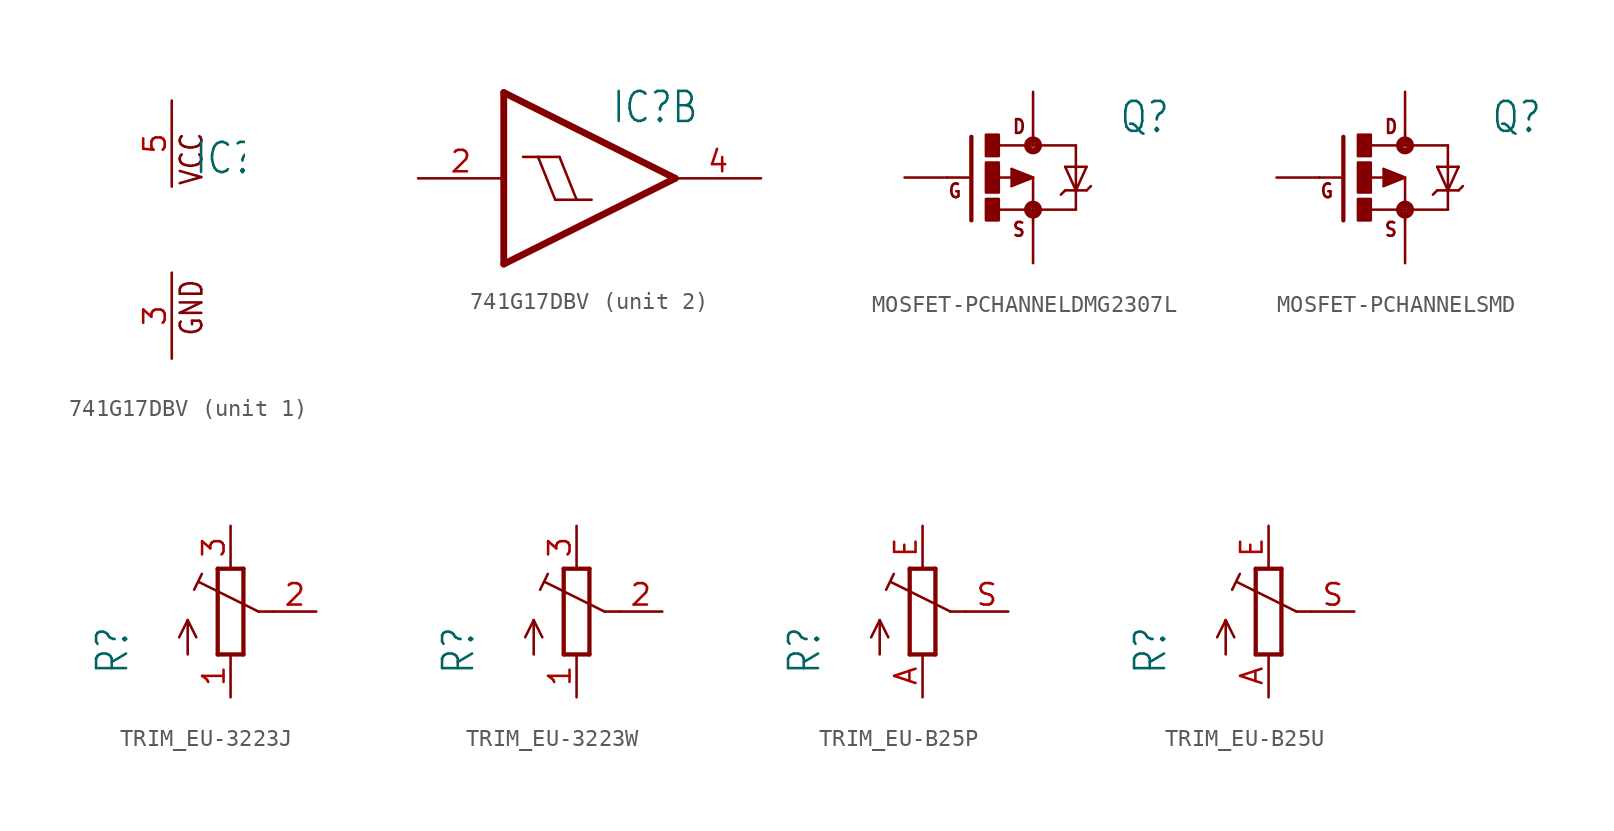
<source format=kicad_sym>
(kicad_symbol_lib
  (version 20231120)
  (generator "kicad_symbol_editor")
  (generator_version "8.0")
  (symbol "741G17DBV"
    (property "Reference" "IC"
      (at 1.27 3.175 0)
      (effects (font (size 1.778 1.511)) (justify left bottom)))
    (property "ki_locked" ""
      (at 0 0 0)
      (effects (font (size 1.27 1.27))))
    (symbol "741G17DBV_1_0"
      (text "GND" (at 1.905 -6.35 900) (effects (font (size 1.27 1.079)) (justify left bottom)))
      (text "VCC" (at 1.905 2.54 900) (effects (font (size 1.27 1.079)) (justify left bottom)))
      (pin power_in line (at 0 -7.62 90) (length 5.08) (name "GND" (effects (font (size 0 0)))) (number "3" (effects (font (size 1.27 1.27)))))
      (pin power_in line (at 0 7.62 270) (length 5.08) (name "VCC" (effects (font (size 0 0)))) (number "5" (effects (font (size 1.27 1.27))))))
    (symbol "741G17DBV_2_0"
      (polyline (pts (xy -5.08 -5.08) (xy -5.08 5.08)) (stroke (width 0.406) (type solid)) (fill (type none)))
      (polyline (pts (xy -5.08 5.08) (xy 5.08 0)) (stroke (width 0.406) (type solid)) (fill (type none)))
      (polyline (pts (xy -3.937 1.27) (xy -3.048 1.27)) (stroke (width 0.152) (type solid)) (fill (type none)))
      (polyline (pts (xy -3.048 1.27) (xy -1.778 1.27)) (stroke (width 0.152) (type solid)) (fill (type none)))
      (polyline (pts (xy -2.032 -1.27) (xy -3.048 1.27)) (stroke (width 0.152) (type solid)) (fill (type none)))
      (polyline (pts (xy -2.032 -1.27) (xy -0.762 -1.27)) (stroke (width 0.152) (type solid)) (fill (type none)))
      (polyline (pts (xy -0.762 -1.27) (xy -1.778 1.27)) (stroke (width 0.152) (type solid)) (fill (type none)))
      (polyline (pts (xy -0.762 -1.27) (xy 0.127 -1.27)) (stroke (width 0.152) (type solid)) (fill (type none)))
      (polyline (pts (xy 5.08 0) (xy -5.08 -5.08)) (stroke (width 0.406) (type solid)) (fill (type none)))
      (pin input line (at -10.16 0 0) (length 5.08) (name "I" (effects (font (size 0 0)))) (number "2" (effects (font (size 1.27 1.27)))))
      (pin output line (at 10.16 0 180) (length 5.08) (name "O" (effects (font (size 0 0)))) (number "4" (effects (font (size 1.27 1.27)))))))
  (symbol "MOSFET-PCHANNELDMG2307L"
    (property "Reference" "Q"
      (at 5.08 2.54 0)
      (effects (font (size 1.778 1.511)) (justify left bottom)))
    (property "Value" ""
      (at 5.08 0 0)
      (effects (font (size 1.778 1.511)) (justify left bottom)))
    (property "ki_locked" ""
      (at 0 0 0)
      (effects (font (size 1.27 1.27))))
    (symbol "MOSFET-PCHANNELDMG2307L_1_0"
      (rectangle (start -2.794 -2.54) (end -2.032 -1.27) (stroke (width 0) (type default)) (fill (type outline)))
      (rectangle (start -2.794 -0.889) (end -2.032 0.889) (stroke (width 0) (type default)) (fill (type outline)))
      (rectangle (start -2.794 1.27) (end -2.032 2.54) (stroke (width 0) (type default)) (fill (type outline)))
      (circle (center 0 -1.905) (radius 0.127) (stroke (width 0.406) (type solid)) (fill (type none)))
      (polyline (pts (xy -3.81 0) (xy -5.08 0)) (stroke (width 0.152) (type solid)) (fill (type none)))
      (polyline (pts (xy -3.658 2.413) (xy -3.658 -2.54)) (stroke (width 0.254) (type solid)) (fill (type none)))
      (polyline (pts (xy -2.032 -1.905) (xy 0 -1.905)) (stroke (width 0.152) (type solid)) (fill (type none)))
      (polyline (pts (xy -1.27 -0.508) (xy 0 0)) (stroke (width 0.152) (type solid)) (fill (type none)))
      (polyline (pts (xy -1.27 0.508) (xy -1.27 -0.508)) (stroke (width 0.152) (type solid)) (fill (type none)))
      (polyline (pts (xy -1.143 -0.254) (xy -0.254 0)) (stroke (width 0.305) (type solid)) (fill (type none)))
      (polyline (pts (xy -1.143 0) (xy -2.032 0)) (stroke (width 0.152) (type solid)) (fill (type none)))
      (polyline (pts (xy -1.143 0) (xy -0.889 0)) (stroke (width 0.305) (type solid)) (fill (type none)))
      (polyline (pts (xy -1.143 0.254) (xy -1.143 0)) (stroke (width 0.305) (type solid)) (fill (type none)))
      (polyline (pts (xy -0.254 0) (xy -1.143 0.254)) (stroke (width 0.305) (type solid)) (fill (type none)))
      (polyline (pts (xy 0 -1.905) (xy 0 -2.54)) (stroke (width 0.152) (type solid)) (fill (type none)))
      (polyline (pts (xy 0 0) (xy -1.27 0.508)) (stroke (width 0.152) (type solid)) (fill (type none)))
      (polyline (pts (xy 0 0) (xy 0 -1.905)) (stroke (width 0.152) (type solid)) (fill (type none)))
      (polyline (pts (xy 0 1.905) (xy -2.007 1.905)) (stroke (width 0.152) (type solid)) (fill (type none)))
      (polyline (pts (xy 0 1.905) (xy 2.54 1.905)) (stroke (width 0.152) (type solid)) (fill (type none)))
      (polyline (pts (xy 0 2.54) (xy 0 1.905)) (stroke (width 0.152) (type solid)) (fill (type none)))
      (polyline (pts (xy 1.905 -0.762) (xy 1.651 -1.016)) (stroke (width 0.152) (type solid)) (fill (type none)))
      (polyline (pts (xy 1.905 0.635) (xy 2.54 -0.762)) (stroke (width 0.152) (type solid)) (fill (type none)))
      (polyline (pts (xy 2.54 -1.905) (xy 0 -1.905)) (stroke (width 0.152) (type solid)) (fill (type none)))
      (polyline (pts (xy 2.54 -1.905) (xy 2.54 -0.762)) (stroke (width 0.152) (type solid)) (fill (type none)))
      (polyline (pts (xy 2.54 -0.762) (xy 1.905 -0.762)) (stroke (width 0.152) (type solid)) (fill (type none)))
      (polyline (pts (xy 2.54 -0.762) (xy 2.54 1.905)) (stroke (width 0.152) (type solid)) (fill (type none)))
      (polyline (pts (xy 2.54 -0.762) (xy 3.175 0.635)) (stroke (width 0.152) (type solid)) (fill (type none)))
      (polyline (pts (xy 3.175 -0.762) (xy 2.54 -0.762)) (stroke (width 0.152) (type solid)) (fill (type none)))
      (polyline (pts (xy 3.175 -0.762) (xy 3.429 -0.508)) (stroke (width 0.152) (type solid)) (fill (type none)))
      (polyline (pts (xy 3.175 0.635) (xy 1.905 0.635)) (stroke (width 0.152) (type solid)) (fill (type none)))
      (circle (center 0 1.905) (radius 0.127) (stroke (width 0.406) (type solid)) (fill (type none)))
      (text "D" (at -1.27 2.54 0) (effects (font (size 0.813 0.691)) (justify left bottom)))
      (text "G" (at -5.08 -1.27 0) (effects (font (size 0.813 0.691)) (justify left bottom)))
      (text "S" (at -1.27 -3.556 0) (effects (font (size 0.813 0.691)) (justify left bottom)))
      (pin passive line (at -7.62 0 0) (length 2.54) (name "G" (effects (font (size 0 0)))) (number "1" (effects (font (size 0 0)))))
      (pin passive line (at 0 -5.08 90) (length 2.54) (name "S" (effects (font (size 0 0)))) (number "2" (effects (font (size 0 0)))))
      (pin passive line (at 0 5.08 270) (length 2.54) (name "D" (effects (font (size 0 0)))) (number "3" (effects (font (size 0 0)))))))
  (symbol "MOSFET-PCHANNELSMD"
    (property "Reference" "Q"
      (at 5.08 2.54 0)
      (effects (font (size 1.778 1.511)) (justify left bottom)))
    (property "Value" ""
      (at 5.08 0 0)
      (effects (font (size 1.778 1.511)) (justify left bottom)))
    (property "ki_locked" ""
      (at 0 0 0)
      (effects (font (size 1.27 1.27))))
    (symbol "MOSFET-PCHANNELSMD_1_0"
      (rectangle (start -2.794 -2.54) (end -2.032 -1.27) (stroke (width 0) (type default)) (fill (type outline)))
      (rectangle (start -2.794 -0.889) (end -2.032 0.889) (stroke (width 0) (type default)) (fill (type outline)))
      (rectangle (start -2.794 1.27) (end -2.032 2.54) (stroke (width 0) (type default)) (fill (type outline)))
      (circle (center 0 -1.905) (radius 0.127) (stroke (width 0.406) (type solid)) (fill (type none)))
      (polyline (pts (xy -3.81 0) (xy -5.08 0)) (stroke (width 0.152) (type solid)) (fill (type none)))
      (polyline (pts (xy -3.658 2.413) (xy -3.658 -2.54)) (stroke (width 0.254) (type solid)) (fill (type none)))
      (polyline (pts (xy -2.032 -1.905) (xy 0 -1.905)) (stroke (width 0.152) (type solid)) (fill (type none)))
      (polyline (pts (xy -1.27 -0.508) (xy 0 0)) (stroke (width 0.152) (type solid)) (fill (type none)))
      (polyline (pts (xy -1.27 0.508) (xy -1.27 -0.508)) (stroke (width 0.152) (type solid)) (fill (type none)))
      (polyline (pts (xy -1.143 -0.254) (xy -0.254 0)) (stroke (width 0.305) (type solid)) (fill (type none)))
      (polyline (pts (xy -1.143 0) (xy -2.032 0)) (stroke (width 0.152) (type solid)) (fill (type none)))
      (polyline (pts (xy -1.143 0) (xy -0.889 0)) (stroke (width 0.305) (type solid)) (fill (type none)))
      (polyline (pts (xy -1.143 0.254) (xy -1.143 0)) (stroke (width 0.305) (type solid)) (fill (type none)))
      (polyline (pts (xy -0.254 0) (xy -1.143 0.254)) (stroke (width 0.305) (type solid)) (fill (type none)))
      (polyline (pts (xy 0 -1.905) (xy 0 -2.54)) (stroke (width 0.152) (type solid)) (fill (type none)))
      (polyline (pts (xy 0 0) (xy -1.27 0.508)) (stroke (width 0.152) (type solid)) (fill (type none)))
      (polyline (pts (xy 0 0) (xy 0 -1.905)) (stroke (width 0.152) (type solid)) (fill (type none)))
      (polyline (pts (xy 0 1.905) (xy -2.007 1.905)) (stroke (width 0.152) (type solid)) (fill (type none)))
      (polyline (pts (xy 0 1.905) (xy 2.54 1.905)) (stroke (width 0.152) (type solid)) (fill (type none)))
      (polyline (pts (xy 0 2.54) (xy 0 1.905)) (stroke (width 0.152) (type solid)) (fill (type none)))
      (polyline (pts (xy 1.905 -0.762) (xy 1.651 -1.016)) (stroke (width 0.152) (type solid)) (fill (type none)))
      (polyline (pts (xy 1.905 0.635) (xy 2.54 -0.762)) (stroke (width 0.152) (type solid)) (fill (type none)))
      (polyline (pts (xy 2.54 -1.905) (xy 0 -1.905)) (stroke (width 0.152) (type solid)) (fill (type none)))
      (polyline (pts (xy 2.54 -1.905) (xy 2.54 -0.762)) (stroke (width 0.152) (type solid)) (fill (type none)))
      (polyline (pts (xy 2.54 -0.762) (xy 1.905 -0.762)) (stroke (width 0.152) (type solid)) (fill (type none)))
      (polyline (pts (xy 2.54 -0.762) (xy 2.54 1.905)) (stroke (width 0.152) (type solid)) (fill (type none)))
      (polyline (pts (xy 2.54 -0.762) (xy 3.175 0.635)) (stroke (width 0.152) (type solid)) (fill (type none)))
      (polyline (pts (xy 3.175 -0.762) (xy 2.54 -0.762)) (stroke (width 0.152) (type solid)) (fill (type none)))
      (polyline (pts (xy 3.175 -0.762) (xy 3.429 -0.508)) (stroke (width 0.152) (type solid)) (fill (type none)))
      (polyline (pts (xy 3.175 0.635) (xy 1.905 0.635)) (stroke (width 0.152) (type solid)) (fill (type none)))
      (circle (center 0 1.905) (radius 0.127) (stroke (width 0.406) (type solid)) (fill (type none)))
      (text "D" (at -1.27 2.54 0) (effects (font (size 0.813 0.691)) (justify left bottom)))
      (text "G" (at -5.08 -1.27 0) (effects (font (size 0.813 0.691)) (justify left bottom)))
      (text "S" (at -1.27 -3.556 0) (effects (font (size 0.813 0.691)) (justify left bottom)))
      (pin passive line (at -7.62 0 0) (length 2.54) (name "G" (effects (font (size 0 0)))) (number "1" (effects (font (size 0 0)))))
      (pin passive line (at 0 -5.08 90) (length 2.54) (name "S" (effects (font (size 0 0)))) (number "2" (effects (font (size 0 0)))))
      (pin passive line (at 0 5.08 270) (length 2.54) (name "D" (effects (font (size 0 0)))) (number "3" (effects (font (size 0 0)))))))
  (symbol "TRIM_EU-3223J"
    (property "Reference" "R"
      (at -5.969 -3.81 90)
      (effects (font (size 1.778 1.511)) (justify left bottom)))
    (property "Value" ""
      (at -3.81 -3.81 90)
      (effects (font (size 1.778 1.511)) (justify left bottom)))
    (property "ki_locked" ""
      (at 0 0 0)
      (effects (font (size 1.27 1.27))))
    (symbol "TRIM_EU-3223J_1_0"
      (polyline (pts (xy -2.54 -2.54) (xy -2.54 -0.508)) (stroke (width 0.152) (type solid)) (fill (type none)))
      (polyline (pts (xy -2.54 -0.508) (xy -3.048 -1.524)) (stroke (width 0.152) (type solid)) (fill (type none)))
      (polyline (pts (xy -2.54 -0.508) (xy -2.032 -1.524)) (stroke (width 0.152) (type solid)) (fill (type none)))
      (polyline (pts (xy -2.16 1.294) (xy -1.702 2.235)) (stroke (width 0.152) (type solid)) (fill (type none)))
      (polyline (pts (xy -0.762 -2.54) (xy 0.762 -2.54)) (stroke (width 0.254) (type solid)) (fill (type none)))
      (polyline (pts (xy -0.762 2.54) (xy -0.762 -2.54)) (stroke (width 0.254) (type solid)) (fill (type none)))
      (polyline (pts (xy 0.762 -2.54) (xy 0.762 2.54)) (stroke (width 0.254) (type solid)) (fill (type none)))
      (polyline (pts (xy 0.762 2.54) (xy -0.762 2.54)) (stroke (width 0.254) (type solid)) (fill (type none)))
      (polyline (pts (xy 1.651 0) (xy -1.88 1.753)) (stroke (width 0.152) (type solid)) (fill (type none)))
      (polyline (pts (xy 2.54 0) (xy 1.651 0)) (stroke (width 0.152) (type solid)) (fill (type none)))
      (pin passive line (at 0 -5.08 90) (length 2.54) (name "A" (effects (font (size 0 0)))) (number "1" (effects (font (size 1.27 1.27)))))
      (pin passive line (at 5.08 0 180) (length 2.54) (name "S" (effects (font (size 0 0)))) (number "2" (effects (font (size 1.27 1.27)))))
      (pin passive line (at 0 5.08 270) (length 2.54) (name "E" (effects (font (size 0 0)))) (number "3" (effects (font (size 1.27 1.27)))))))
  (symbol "TRIM_EU-3223W"
    (property "Reference" "R"
      (at -5.969 -3.81 90)
      (effects (font (size 1.778 1.511)) (justify left bottom)))
    (property "Value" ""
      (at -3.81 -3.81 90)
      (effects (font (size 1.778 1.511)) (justify left bottom)))
    (property "ki_locked" ""
      (at 0 0 0)
      (effects (font (size 1.27 1.27))))
    (symbol "TRIM_EU-3223W_1_0"
      (polyline (pts (xy -2.54 -2.54) (xy -2.54 -0.508)) (stroke (width 0.152) (type solid)) (fill (type none)))
      (polyline (pts (xy -2.54 -0.508) (xy -3.048 -1.524)) (stroke (width 0.152) (type solid)) (fill (type none)))
      (polyline (pts (xy -2.54 -0.508) (xy -2.032 -1.524)) (stroke (width 0.152) (type solid)) (fill (type none)))
      (polyline (pts (xy -2.16 1.294) (xy -1.702 2.235)) (stroke (width 0.152) (type solid)) (fill (type none)))
      (polyline (pts (xy -0.762 -2.54) (xy 0.762 -2.54)) (stroke (width 0.254) (type solid)) (fill (type none)))
      (polyline (pts (xy -0.762 2.54) (xy -0.762 -2.54)) (stroke (width 0.254) (type solid)) (fill (type none)))
      (polyline (pts (xy 0.762 -2.54) (xy 0.762 2.54)) (stroke (width 0.254) (type solid)) (fill (type none)))
      (polyline (pts (xy 0.762 2.54) (xy -0.762 2.54)) (stroke (width 0.254) (type solid)) (fill (type none)))
      (polyline (pts (xy 1.651 0) (xy -1.88 1.753)) (stroke (width 0.152) (type solid)) (fill (type none)))
      (polyline (pts (xy 2.54 0) (xy 1.651 0)) (stroke (width 0.152) (type solid)) (fill (type none)))
      (pin passive line (at 0 -5.08 90) (length 2.54) (name "A" (effects (font (size 0 0)))) (number "1" (effects (font (size 1.27 1.27)))))
      (pin passive line (at 5.08 0 180) (length 2.54) (name "S" (effects (font (size 0 0)))) (number "2" (effects (font (size 1.27 1.27)))))
      (pin passive line (at 0 5.08 270) (length 2.54) (name "E" (effects (font (size 0 0)))) (number "3" (effects (font (size 1.27 1.27)))))))
  (symbol "TRIM_EU-B25P"
    (property "Reference" "R"
      (at -5.969 -3.81 90)
      (effects (font (size 1.778 1.511)) (justify left bottom)))
    (property "Value" ""
      (at -3.81 -3.81 90)
      (effects (font (size 1.778 1.511)) (justify left bottom)))
    (property "ki_locked" ""
      (at 0 0 0)
      (effects (font (size 1.27 1.27))))
    (symbol "TRIM_EU-B25P_1_0"
      (polyline (pts (xy -2.54 -2.54) (xy -2.54 -0.508)) (stroke (width 0.152) (type solid)) (fill (type none)))
      (polyline (pts (xy -2.54 -0.508) (xy -3.048 -1.524)) (stroke (width 0.152) (type solid)) (fill (type none)))
      (polyline (pts (xy -2.54 -0.508) (xy -2.032 -1.524)) (stroke (width 0.152) (type solid)) (fill (type none)))
      (polyline (pts (xy -2.16 1.294) (xy -1.702 2.235)) (stroke (width 0.152) (type solid)) (fill (type none)))
      (polyline (pts (xy -0.762 -2.54) (xy 0.762 -2.54)) (stroke (width 0.254) (type solid)) (fill (type none)))
      (polyline (pts (xy -0.762 2.54) (xy -0.762 -2.54)) (stroke (width 0.254) (type solid)) (fill (type none)))
      (polyline (pts (xy 0.762 -2.54) (xy 0.762 2.54)) (stroke (width 0.254) (type solid)) (fill (type none)))
      (polyline (pts (xy 0.762 2.54) (xy -0.762 2.54)) (stroke (width 0.254) (type solid)) (fill (type none)))
      (polyline (pts (xy 1.651 0) (xy -1.88 1.753)) (stroke (width 0.152) (type solid)) (fill (type none)))
      (polyline (pts (xy 2.54 0) (xy 1.651 0)) (stroke (width 0.152) (type solid)) (fill (type none)))
      (pin passive line (at 0 -5.08 90) (length 2.54) (name "A" (effects (font (size 0 0)))) (number "A" (effects (font (size 1.27 1.27)))))
      (pin passive line (at 0 5.08 270) (length 2.54) (name "E" (effects (font (size 0 0)))) (number "E" (effects (font (size 1.27 1.27)))))
      (pin passive line (at 5.08 0 180) (length 2.54) (name "S" (effects (font (size 0 0)))) (number "S" (effects (font (size 1.27 1.27)))))))
  (symbol "TRIM_EU-B25U"
    (property "Reference" "R"
      (at -5.969 -3.81 90)
      (effects (font (size 1.778 1.511)) (justify left bottom)))
    (property "Value" ""
      (at -3.81 -3.81 90)
      (effects (font (size 1.778 1.511)) (justify left bottom)))
    (property "ki_locked" ""
      (at 0 0 0)
      (effects (font (size 1.27 1.27))))
    (symbol "TRIM_EU-B25U_1_0"
      (polyline (pts (xy -2.54 -2.54) (xy -2.54 -0.508)) (stroke (width 0.152) (type solid)) (fill (type none)))
      (polyline (pts (xy -2.54 -0.508) (xy -3.048 -1.524)) (stroke (width 0.152) (type solid)) (fill (type none)))
      (polyline (pts (xy -2.54 -0.508) (xy -2.032 -1.524)) (stroke (width 0.152) (type solid)) (fill (type none)))
      (polyline (pts (xy -2.16 1.294) (xy -1.702 2.235)) (stroke (width 0.152) (type solid)) (fill (type none)))
      (polyline (pts (xy -0.762 -2.54) (xy 0.762 -2.54)) (stroke (width 0.254) (type solid)) (fill (type none)))
      (polyline (pts (xy -0.762 2.54) (xy -0.762 -2.54)) (stroke (width 0.254) (type solid)) (fill (type none)))
      (polyline (pts (xy 0.762 -2.54) (xy 0.762 2.54)) (stroke (width 0.254) (type solid)) (fill (type none)))
      (polyline (pts (xy 0.762 2.54) (xy -0.762 2.54)) (stroke (width 0.254) (type solid)) (fill (type none)))
      (polyline (pts (xy 1.651 0) (xy -1.88 1.753)) (stroke (width 0.152) (type solid)) (fill (type none)))
      (polyline (pts (xy 2.54 0) (xy 1.651 0)) (stroke (width 0.152) (type solid)) (fill (type none)))
      (pin passive line (at 0 -5.08 90) (length 2.54) (name "A" (effects (font (size 0 0)))) (number "A" (effects (font (size 1.27 1.27)))))
      (pin passive line (at 0 5.08 270) (length 2.54) (name "E" (effects (font (size 0 0)))) (number "E" (effects (font (size 1.27 1.27)))))
      (pin passive line (at 5.08 0 180) (length 2.54) (name "S" (effects (font (size 0 0)))) (number "S" (effects (font (size 1.27 1.27))))))))
</source>
